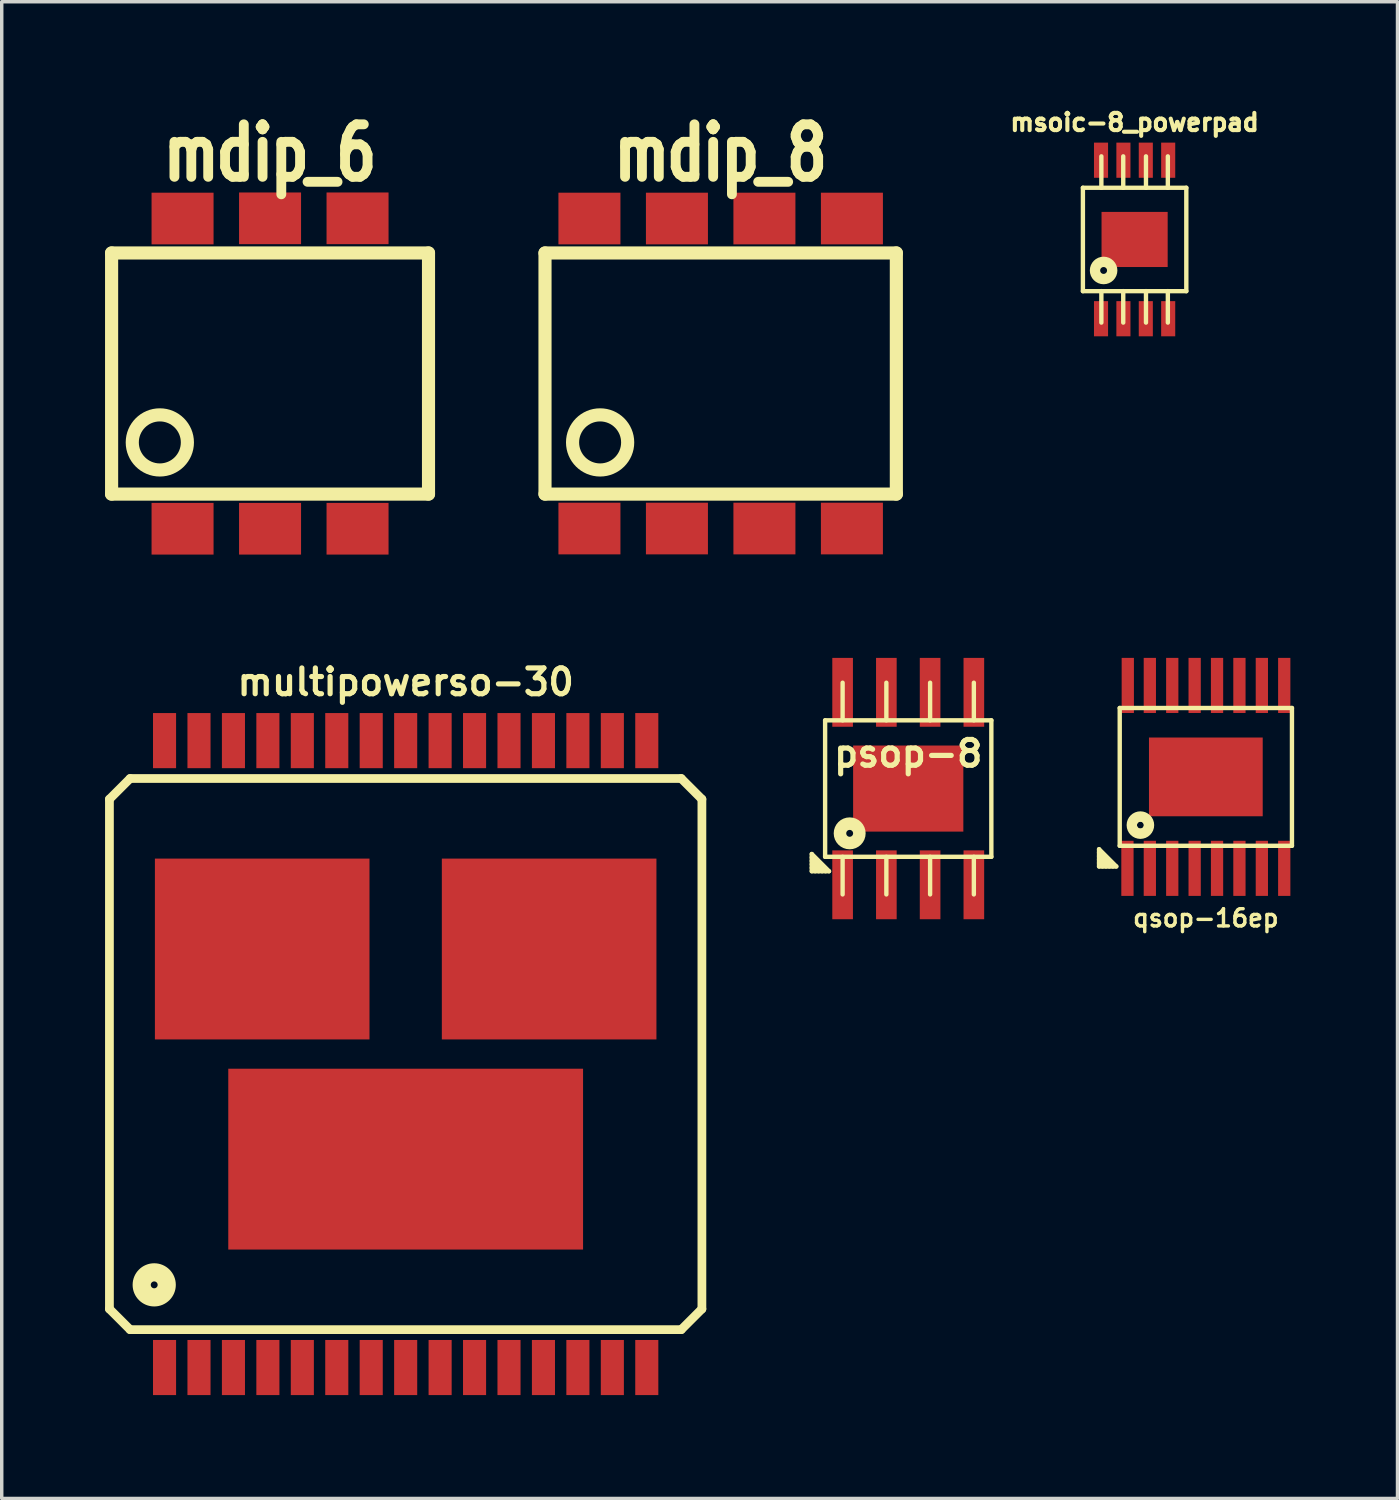
<source format=kicad_pcb>
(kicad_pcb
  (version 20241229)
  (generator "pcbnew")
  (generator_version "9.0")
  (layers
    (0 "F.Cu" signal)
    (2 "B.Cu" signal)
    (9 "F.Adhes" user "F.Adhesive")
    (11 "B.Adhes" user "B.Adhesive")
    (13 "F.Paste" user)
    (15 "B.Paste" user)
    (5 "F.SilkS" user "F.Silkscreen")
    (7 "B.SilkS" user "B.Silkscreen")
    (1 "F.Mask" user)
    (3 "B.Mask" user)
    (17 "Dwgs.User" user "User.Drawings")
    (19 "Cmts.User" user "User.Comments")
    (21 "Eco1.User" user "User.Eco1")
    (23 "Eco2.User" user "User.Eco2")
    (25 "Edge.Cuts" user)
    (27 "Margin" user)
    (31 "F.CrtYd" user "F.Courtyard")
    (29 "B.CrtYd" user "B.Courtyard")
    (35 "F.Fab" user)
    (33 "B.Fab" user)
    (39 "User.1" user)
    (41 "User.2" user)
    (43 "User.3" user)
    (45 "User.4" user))
  (footprint "mdip_6"
    (layer "F.Cu")
    (at 4.79 7.794)
    (property "Reference" "mdip_6" (at 0 -6.401 0) (layer "F.SilkS") (effects (font (size 1.524 1.143) (thickness 0.287))))
    (attr through_hole)
    (fp_line (start -4.6 -3.5) (end -4.6 3.5) (stroke (width 0.381) (type solid)) (layer "F.SilkS"))
    (fp_line (start -4.6 3.5) (end 4.6 3.5) (stroke (width 0.381) (type solid)) (layer "F.SilkS"))
    (fp_line (start 4.6 -3.5) (end -4.6 -3.5) (stroke (width 0.381) (type solid)) (layer "F.SilkS"))
    (fp_line (start 4.6 3.5) (end 4.6 -3.5) (stroke (width 0.381) (type solid)) (layer "F.SilkS"))
    (fp_circle (center -3.2 2) (end -4 2) (stroke (width 0.381) (type solid)) (fill no) (layer "F.SilkS"))
    (pad "1" smd rect (at -2.54 4.506) (size 1.8 1.5) (layers "F.Cu" "F.Mask" "F.Paste"))
    (pad "2" smd rect (at 0 4.506) (size 1.8 1.5) (layers "F.Cu" "F.Mask" "F.Paste"))
    (pad "3" smd rect (at 2.54 4.506) (size 1.8 1.5) (layers "F.Cu" "F.Mask" "F.Paste"))
    (pad "4" smd rect (at 2.54 -4.506) (size 1.8 1.5) (layers "F.Cu" "F.Mask" "F.Paste"))
    (pad "5" smd rect (at 0 -4.506) (size 1.8 1.5) (layers "F.Cu" "F.Mask" "F.Paste"))
    (pad "6" smd rect (at -2.54 -4.5) (size 1.8 1.5) (layers "F.Cu" "F.Mask" "F.Paste")))
  (footprint "mdip_8"
    (layer "F.Cu")
    (at 17.872 7.794)
    (property "Reference" "mdip_8" (at 0 -6.401 0) (layer "F.SilkS") (effects (font (size 1.524 1.143) (thickness 0.287))))
    (attr through_hole)
    (fp_line (start -5.1 -3.5) (end -5.1 3.5) (stroke (width 0.381) (type solid)) (layer "F.SilkS"))
    (fp_line (start -5.1 3.5) (end 5.1 3.5) (stroke (width 0.381) (type solid)) (layer "F.SilkS"))
    (fp_line (start 5.1 -3.5) (end -5.1 -3.5) (stroke (width 0.381) (type solid)) (layer "F.SilkS"))
    (fp_line (start 5.1 3.5) (end 5.1 -3.5) (stroke (width 0.381) (type solid)) (layer "F.SilkS"))
    (fp_circle (center -3.5 2) (end -4.3 2) (stroke (width 0.381) (type solid)) (fill no) (layer "F.SilkS"))
    (pad "1" smd rect (at -3.81 4.5) (size 1.8 1.5) (layers "F.Cu" "F.Mask" "F.Paste"))
    (pad "2" smd rect (at -1.27 4.5) (size 1.8 1.5) (layers "F.Cu" "F.Mask" "F.Paste"))
    (pad "3" smd rect (at 1.27 4.5) (size 1.8 1.5) (layers "F.Cu" "F.Mask" "F.Paste"))
    (pad "4" smd rect (at 3.81 4.5) (size 1.8 1.5) (layers "F.Cu" "F.Mask" "F.Paste"))
    (pad "5" smd rect (at 3.81 -4.5) (size 1.8 1.5) (layers "F.Cu" "F.Mask" "F.Paste"))
    (pad "6" smd rect (at 1.27 -4.5) (size 1.8 1.5) (layers "F.Cu" "F.Mask" "F.Paste"))
    (pad "7" smd rect (at -1.27 -4.5) (size 1.8 1.5) (layers "F.Cu" "F.Mask" "F.Paste"))
    (pad "8" smd rect (at -3.81 -4.5) (size 1.8 1.5) (layers "F.Cu" "F.Mask" "F.Paste")))
  (footprint "msoic-8_powerpad"
    (layer "F.Cu")
    (at 29.889 3.902)
    (property "Reference" "msoic-8_powerpad" (at 0 -3.4 180) (layer "F.SilkS") (effects (font (size 0.5 0.5) (thickness 0.119))))
    (attr through_hole)
    (fp_line (start -1.501 -1.501) (end -1.501 1.501) (stroke (width 0.127) (type solid)) (layer "F.SilkS"))
    (fp_line (start -1.501 1.501) (end 1.501 1.501) (stroke (width 0.127) (type solid)) (layer "F.SilkS"))
    (fp_line (start -0.965 -1.499) (end -0.965 -2.413) (stroke (width 0.127) (type solid)) (layer "F.SilkS"))
    (fp_line (start -0.965 1.499) (end -0.965 2.413) (stroke (width 0.127) (type solid)) (layer "F.SilkS"))
    (fp_line (start -0.33 -1.499) (end -0.33 -2.413) (stroke (width 0.127) (type solid)) (layer "F.SilkS"))
    (fp_line (start -0.33 1.499) (end -0.33 2.413) (stroke (width 0.127) (type solid)) (layer "F.SilkS"))
    (fp_line (start 0.33 -1.499) (end 0.33 -2.413) (stroke (width 0.127) (type solid)) (layer "F.SilkS"))
    (fp_line (start 0.33 1.499) (end 0.33 2.413) (stroke (width 0.127) (type solid)) (layer "F.SilkS"))
    (fp_line (start 0.965 -1.499) (end 0.965 -2.413) (stroke (width 0.127) (type solid)) (layer "F.SilkS"))
    (fp_line (start 0.965 1.499) (end 0.965 2.413) (stroke (width 0.127) (type solid)) (layer "F.SilkS"))
    (fp_line (start 1.501 -1.501) (end -1.501 -1.501) (stroke (width 0.127) (type solid)) (layer "F.SilkS"))
    (fp_line (start 1.501 1.501) (end 1.501 -1.501) (stroke (width 0.127) (type solid)) (layer "F.SilkS"))
    (fp_circle (center -0.9 0.9) (end -1.1 0.9) (stroke (width 0.127) (type solid)) (fill no) (layer "F.SilkS"))
    (fp_circle (center -0.9 0.9) (end -1 0.9) (stroke (width 0.3) (type solid)) (fill no) (layer "F.SilkS"))
    (fp_circle (center -0.899 0.902) (end -1.1 1.1) (stroke (width 0.127) (type solid)) (fill no) (layer "F.SilkS"))
    (pad "1" smd rect (at -0.975 2.301) (size 0.409 1.021) (layers "F.Cu" "F.Mask" "F.Paste"))
    (pad "2" smd rect (at -0.325 2.301) (size 0.409 1.021) (layers "F.Cu" "F.Mask" "F.Paste"))
    (pad "3" smd rect (at 0.325 2.301) (size 0.409 1.021) (layers "F.Cu" "F.Mask" "F.Paste"))
    (pad "4" smd rect (at 0.975 2.301) (size 0.409 1.021) (layers "F.Cu" "F.Mask" "F.Paste"))
    (pad "5" smd rect (at 0.975 -2.301) (size 0.409 1.021) (layers "F.Cu" "F.Mask" "F.Paste"))
    (pad "6" smd rect (at 0.325 -2.301) (size 0.409 1.021) (layers "F.Cu" "F.Mask" "F.Paste"))
    (pad "7" smd rect (at -0.325 -2.301) (size 0.409 1.021) (layers "F.Cu" "F.Mask" "F.Paste"))
    (pad "8" smd rect (at -0.975 -2.301) (size 0.409 1.021) (layers "F.Cu" "F.Mask" "F.Paste"))
    (pad "9" smd rect (at 0 0) (size 1.92 1.6) (layers "F.Cu" "F.Mask" "F.Paste")))
  (footprint "qsop-16ep"
    (layer "F.Cu")
    (at 31.957 19.504)
    (property "Reference" "qsop-16ep" (at 0 4.1 0) (layer "F.SilkS") (effects (font (size 0.5 0.5) (thickness 0.099))))
    (attr through_hole)
    (fp_line (start -3.1 2.1) (end -2.6 2.6) (stroke (width 0.127) (type solid)) (layer "F.SilkS"))
    (fp_line (start -3.1 2.3) (end -2.8 2.6) (stroke (width 0.127) (type solid)) (layer "F.SilkS"))
    (fp_line (start -3.1 2.6) (end -3.1 2.1) (stroke (width 0.127) (type solid)) (layer "F.SilkS"))
    (fp_line (start -3.1 2.6) (end -2.6 2.6) (stroke (width 0.127) (type solid)) (layer "F.SilkS"))
    (fp_line (start -3 2.6) (end -3.1 2.5) (stroke (width 0.127) (type solid)) (layer "F.SilkS"))
    (fp_line (start -2.9 2.6) (end -3.1 2.4) (stroke (width 0.127) (type solid)) (layer "F.SilkS"))
    (fp_line (start -2.7 2.6) (end -3.1 2.2) (stroke (width 0.127) (type solid)) (layer "F.SilkS"))
    (fp_line (start -2.5 -2) (end 2.5 -2) (stroke (width 0.127) (type solid)) (layer "F.SilkS"))
    (fp_line (start -2.5 2) (end -2.5 -2) (stroke (width 0.127) (type solid)) (layer "F.SilkS"))
    (fp_line (start 2.5 -2) (end 2.5 2) (stroke (width 0.127) (type solid)) (layer "F.SilkS"))
    (fp_line (start 2.5 2) (end -2.5 2) (stroke (width 0.127) (type solid)) (layer "F.SilkS"))
    (fp_circle (center -1.9 1.4) (end -2.2 1.5) (stroke (width 0.127) (type solid)) (fill no) (layer "F.SilkS"))
    (fp_circle (center -1.9 1.4) (end -2.1 1.4) (stroke (width 0.2) (type solid)) (fill no) (layer "F.SilkS"))
    (fp_circle (center -1.9 1.4) (end -2 1.4) (stroke (width 0.3) (type solid)) (fill no) (layer "F.SilkS"))
    (pad "1" smd rect (at -2.276 2.655) (size 0.356 1.6) (layers "F.Cu" "F.Mask" "F.Paste"))
    (pad "2" smd rect (at -1.626 2.655) (size 0.356 1.6) (layers "F.Cu" "F.Mask" "F.Paste"))
    (pad "3" smd rect (at -0.975 2.655) (size 0.356 1.6) (layers "F.Cu" "F.Mask" "F.Paste"))
    (pad "4" smd rect (at -0.325 2.655) (size 0.356 1.6) (layers "F.Cu" "F.Mask" "F.Paste"))
    (pad "5" smd rect (at 0.325 2.655) (size 0.356 1.6) (layers "F.Cu" "F.Mask" "F.Paste"))
    (pad "6" smd rect (at 0.975 2.655) (size 0.356 1.6) (layers "F.Cu" "F.Mask" "F.Paste"))
    (pad "7" smd rect (at 1.626 2.655) (size 0.356 1.6) (layers "F.Cu" "F.Mask" "F.Paste"))
    (pad "8" smd rect (at 2.276 2.655) (size 0.356 1.6) (layers "F.Cu" "F.Mask" "F.Paste"))
    (pad "9" smd rect (at 2.276 -2.655) (size 0.356 1.6) (layers "F.Cu" "F.Mask" "F.Paste"))
    (pad "10" smd rect (at 1.626 -2.655) (size 0.356 1.6) (layers "F.Cu" "F.Mask" "F.Paste"))
    (pad "11" smd rect (at 0.975 -2.655) (size 0.356 1.6) (layers "F.Cu" "F.Mask" "F.Paste"))
    (pad "12" smd rect (at 0.325 -2.655) (size 0.356 1.6) (layers "F.Cu" "F.Mask" "F.Paste"))
    (pad "13" smd rect (at -0.325 -2.655) (size 0.356 1.6) (layers "F.Cu" "F.Mask" "F.Paste"))
    (pad "14" smd rect (at -0.975 -2.655) (size 0.356 1.6) (layers "F.Cu" "F.Mask" "F.Paste"))
    (pad "15" smd rect (at -1.626 -2.655) (size 0.356 1.6) (layers "F.Cu" "F.Mask" "F.Paste"))
    (pad "16" smd rect (at -2.266 -2.655) (size 0.356 1.6) (layers "F.Cu" "F.Mask" "F.Paste"))
    (pad "17" smd rect (at 0 0) (size 3.302 2.286) (layers "F.Cu" "F.Mask" "F.Paste")))
  (footprint "multipowerso-30"
    (layer "F.Cu")
    (at 8.727 27.551)
    (property "Reference" "multipowerso-30" (at 0 -10.8 0) (layer "F.SilkS") (effects (font (size 0.749 0.749) (thickness 0.15))))
    (attr through_hole)
    (fp_line (start -8.6 -7.4) (end -8.6 7.4) (stroke (width 0.254) (type solid)) (layer "F.SilkS"))
    (fp_line (start -8.6 -7.4) (end -8 -8) (stroke (width 0.254) (type solid)) (layer "F.SilkS"))
    (fp_line (start -8.6 7.4) (end -8 8) (stroke (width 0.254) (type solid)) (layer "F.SilkS"))
    (fp_line (start -8 -8) (end 8 -8) (stroke (width 0.254) (type solid)) (layer "F.SilkS"))
    (fp_line (start -8 8) (end 8 8) (stroke (width 0.254) (type solid)) (layer "F.SilkS"))
    (fp_line (start 8 -8) (end 8.6 -7.4) (stroke (width 0.254) (type solid)) (layer "F.SilkS"))
    (fp_line (start 8 8) (end 8.6 7.4) (stroke (width 0.254) (type solid)) (layer "F.SilkS"))
    (fp_line (start 8.6 -7.4) (end 8.6 7.4) (stroke (width 0.254) (type solid)) (layer "F.SilkS"))
    (fp_circle (center -7.3 6.7) (end -7.6 6.7) (stroke (width 0.254) (type solid)) (fill no) (layer "F.SilkS"))
    (fp_circle (center -7.3 6.7) (end -7.4 6.7) (stroke (width 0.254) (type solid)) (fill no) (layer "F.SilkS"))
    (fp_circle (center -7.3 6.7) (end -6.8 6.7) (stroke (width 0.254) (type solid)) (fill no) (layer "F.SilkS"))
    (pad "1" smd rect (at -7 9.1) (size 0.67 1.6) (layers "F.Cu" "F.Mask" "F.Paste"))
    (pad "2" smd rect (at -6 9.1) (size 0.67 1.6) (layers "F.Cu" "F.Mask" "F.Paste"))
    (pad "3" smd rect (at -5 9.1) (size 0.67 1.6) (layers "F.Cu" "F.Mask" "F.Paste"))
    (pad "4" smd rect (at -4 9.1) (size 0.67 1.6) (layers "F.Cu" "F.Mask" "F.Paste"))
    (pad "5" smd rect (at -3 9.1) (size 0.67 1.6) (layers "F.Cu" "F.Mask" "F.Paste"))
    (pad "6" smd rect (at -2 9.1) (size 0.67 1.6) (layers "F.Cu" "F.Mask" "F.Paste"))
    (pad "7" smd rect (at -1 9.1) (size 0.67 1.6) (layers "F.Cu" "F.Mask" "F.Paste"))
    (pad "8" smd rect (at 0 9.1) (size 0.67 1.6) (layers "F.Cu" "F.Mask" "F.Paste"))
    (pad "9" smd rect (at 1 9.1) (size 0.67 1.6) (layers "F.Cu" "F.Mask" "F.Paste"))
    (pad "10" smd rect (at 2 9.1) (size 0.67 1.6) (layers "F.Cu" "F.Mask" "F.Paste"))
    (pad "11" smd rect (at 3 9.1) (size 0.67 1.6) (layers "F.Cu" "F.Mask" "F.Paste"))
    (pad "12" smd rect (at 4 9.1) (size 0.67 1.6) (layers "F.Cu" "F.Mask" "F.Paste"))
    (pad "13" smd rect (at 5 9.1) (size 0.67 1.6) (layers "F.Cu" "F.Mask" "F.Paste"))
    (pad "14" smd rect (at 6 9.1) (size 0.67 1.6) (layers "F.Cu" "F.Mask" "F.Paste"))
    (pad "15" smd rect (at 7 9.1) (size 0.67 1.6) (layers "F.Cu" "F.Mask" "F.Paste"))
    (pad "16" smd rect (at 7 -9.1) (size 0.67 1.6) (layers "F.Cu" "F.Mask" "F.Paste"))
    (pad "17" smd rect (at 6 -9.1) (size 0.67 1.6) (layers "F.Cu" "F.Mask" "F.Paste"))
    (pad "18" smd rect (at 5 -9.1) (size 0.67 1.6) (layers "F.Cu" "F.Mask" "F.Paste"))
    (pad "19" smd rect (at 4 -9.1) (size 0.67 1.6) (layers "F.Cu" "F.Mask" "F.Paste"))
    (pad "20" smd rect (at 3 -9.1) (size 0.67 1.6) (layers "F.Cu" "F.Mask" "F.Paste"))
    (pad "21" smd rect (at 2 -9.1) (size 0.67 1.6) (layers "F.Cu" "F.Mask" "F.Paste"))
    (pad "22" smd rect (at 1 -9.1) (size 0.67 1.6) (layers "F.Cu" "F.Mask" "F.Paste"))
    (pad "23" smd rect (at 0 -9.1) (size 0.67 1.6) (layers "F.Cu" "F.Mask" "F.Paste"))
    (pad "24" smd rect (at -1 -9.1) (size 0.67 1.6) (layers "F.Cu" "F.Mask" "F.Paste"))
    (pad "25" smd rect (at -2 -9.1) (size 0.67 1.6) (layers "F.Cu" "F.Mask" "F.Paste"))
    (pad "26" smd rect (at -3 -9.1) (size 0.67 1.6) (layers "F.Cu" "F.Mask" "F.Paste"))
    (pad "27" smd rect (at -4 -9.1) (size 0.67 1.6) (layers "F.Cu" "F.Mask" "F.Paste"))
    (pad "28" smd rect (at -5 -9.1) (size 0.67 1.6) (layers "F.Cu" "F.Mask" "F.Paste"))
    (pad "29" smd rect (at -6 -9.1) (size 0.67 1.6) (layers "F.Cu" "F.Mask" "F.Paste"))
    (pad "30" smd rect (at -7 -9.1) (size 0.67 1.6) (layers "F.Cu" "F.Mask" "F.Paste"))
    (pad "31" smd rect (at 0 3.05) (size 10.3 5.25) (layers "F.Cu" "F.Mask" "F.Paste"))
    (pad "32" smd rect (at 4.165 -3.05) (size 6.23 5.25) (layers "F.Cu" "F.Mask" "F.Paste"))
    (pad "33" smd rect (at -4.165 -3.05) (size 6.23 5.25) (layers "F.Cu" "F.Mask" "F.Paste")))
  (footprint "psop-8"
    (layer "F.Cu")
    (at 23.317 19.843)
    (property "Reference" "psop-8" (at 0 -1.016 0) (layer "F.SilkS") (effects (font (size 0.749 0.749) (thickness 0.15))))
    (attr through_hole)
    (fp_line (start -2.8 1.9) (end -2.3 2.4) (stroke (width 0.127) (type solid)) (layer "F.SilkS"))
    (fp_line (start -2.8 2.4) (end -2.8 1.9) (stroke (width 0.127) (type solid)) (layer "F.SilkS"))
    (fp_line (start -2.7 2.4) (end -2.8 2.3) (stroke (width 0.127) (type solid)) (layer "F.SilkS"))
    (fp_line (start -2.6 2.4) (end -2.8 2.2) (stroke (width 0.127) (type solid)) (layer "F.SilkS"))
    (fp_line (start -2.5 2.4) (end -2.8 2.1) (stroke (width 0.127) (type solid)) (layer "F.SilkS"))
    (fp_line (start -2.413 -1.981) (end -2.413 1.981) (stroke (width 0.127) (type solid)) (layer "F.SilkS"))
    (fp_line (start -2.413 1.981) (end 2.413 1.981) (stroke (width 0.127) (type solid)) (layer "F.SilkS"))
    (fp_line (start -2.4 2.4) (end -2.8 2) (stroke (width 0.127) (type solid)) (layer "F.SilkS"))
    (fp_line (start -2.3 2.4) (end -2.8 2.4) (stroke (width 0.127) (type solid)) (layer "F.SilkS"))
    (fp_line (start -1.905 -1.981) (end -1.905 -3.073) (stroke (width 0.127) (type solid)) (layer "F.SilkS"))
    (fp_line (start -1.905 3.073) (end -1.905 1.981) (stroke (width 0.127) (type solid)) (layer "F.SilkS"))
    (fp_line (start -0.635 -1.981) (end -0.635 -3.073) (stroke (width 0.127) (type solid)) (layer "F.SilkS"))
    (fp_line (start -0.635 3.073) (end -0.635 1.981) (stroke (width 0.127) (type solid)) (layer "F.SilkS"))
    (fp_line (start 0.635 -1.981) (end 0.635 -3.073) (stroke (width 0.127) (type solid)) (layer "F.SilkS"))
    (fp_line (start 0.635 3.073) (end 0.635 1.981) (stroke (width 0.127) (type solid)) (layer "F.SilkS"))
    (fp_line (start 1.905 -3.073) (end 1.905 -1.981) (stroke (width 0.127) (type solid)) (layer "F.SilkS"))
    (fp_line (start 1.905 1.981) (end 1.905 3.073) (stroke (width 0.127) (type solid)) (layer "F.SilkS"))
    (fp_line (start 2.413 -1.981) (end -2.413 -1.981) (stroke (width 0.127) (type solid)) (layer "F.SilkS"))
    (fp_line (start 2.413 1.981) (end 2.413 -1.981) (stroke (width 0.127) (type solid)) (layer "F.SilkS"))
    (fp_circle (center -1.7 1.3) (end -2.1 1.3) (stroke (width 0.127) (type solid)) (fill no) (layer "F.SilkS"))
    (fp_circle (center -1.7 1.3) (end -2 1.3) (stroke (width 0.127) (type solid)) (fill no) (layer "F.SilkS"))
    (fp_circle (center -1.7 1.3) (end -1.9 1.3) (stroke (width 0.127) (type solid)) (fill no) (layer "F.SilkS"))
    (fp_circle (center -1.7 1.3) (end -1.8 1.3) (stroke (width 0.3) (type solid)) (fill no) (layer "F.SilkS"))
    (pad "1" smd rect (at -1.905 2.794) (size 0.599 1.999) (layers "F.Cu" "F.Mask" "F.Paste"))
    (pad "2" smd rect (at -0.635 2.794) (size 0.599 1.999) (layers "F.Cu" "F.Mask" "F.Paste"))
    (pad "3" smd rect (at 0.635 2.794) (size 0.599 1.999) (layers "F.Cu" "F.Mask" "F.Paste"))
    (pad "4" smd rect (at 1.905 2.794) (size 0.599 1.999) (layers "F.Cu" "F.Mask" "F.Paste"))
    (pad "5" smd rect (at 1.905 -2.794) (size 0.599 1.999) (layers "F.Cu" "F.Mask" "F.Paste"))
    (pad "6" smd rect (at 0.635 -2.794) (size 0.599 1.999) (layers "F.Cu" "F.Mask" "F.Paste"))
    (pad "7" smd rect (at -0.635 -2.794) (size 0.599 1.999) (layers "F.Cu" "F.Mask" "F.Paste"))
    (pad "8" smd rect (at -1.905 -2.794) (size 0.599 1.999) (layers "F.Cu" "F.Mask" "F.Paste"))
    (pad "9" smd rect (at 0 0) (size 3.2 2.499) (layers "F.Cu" "F.Mask" "F.Paste")))
  (gr_rect
    (start -3 -3)
    (end 37.521 40.451)
    (stroke (width 0.1) (type default))
    (fill no)
    (layer "Edge.Cuts")))
</source>
